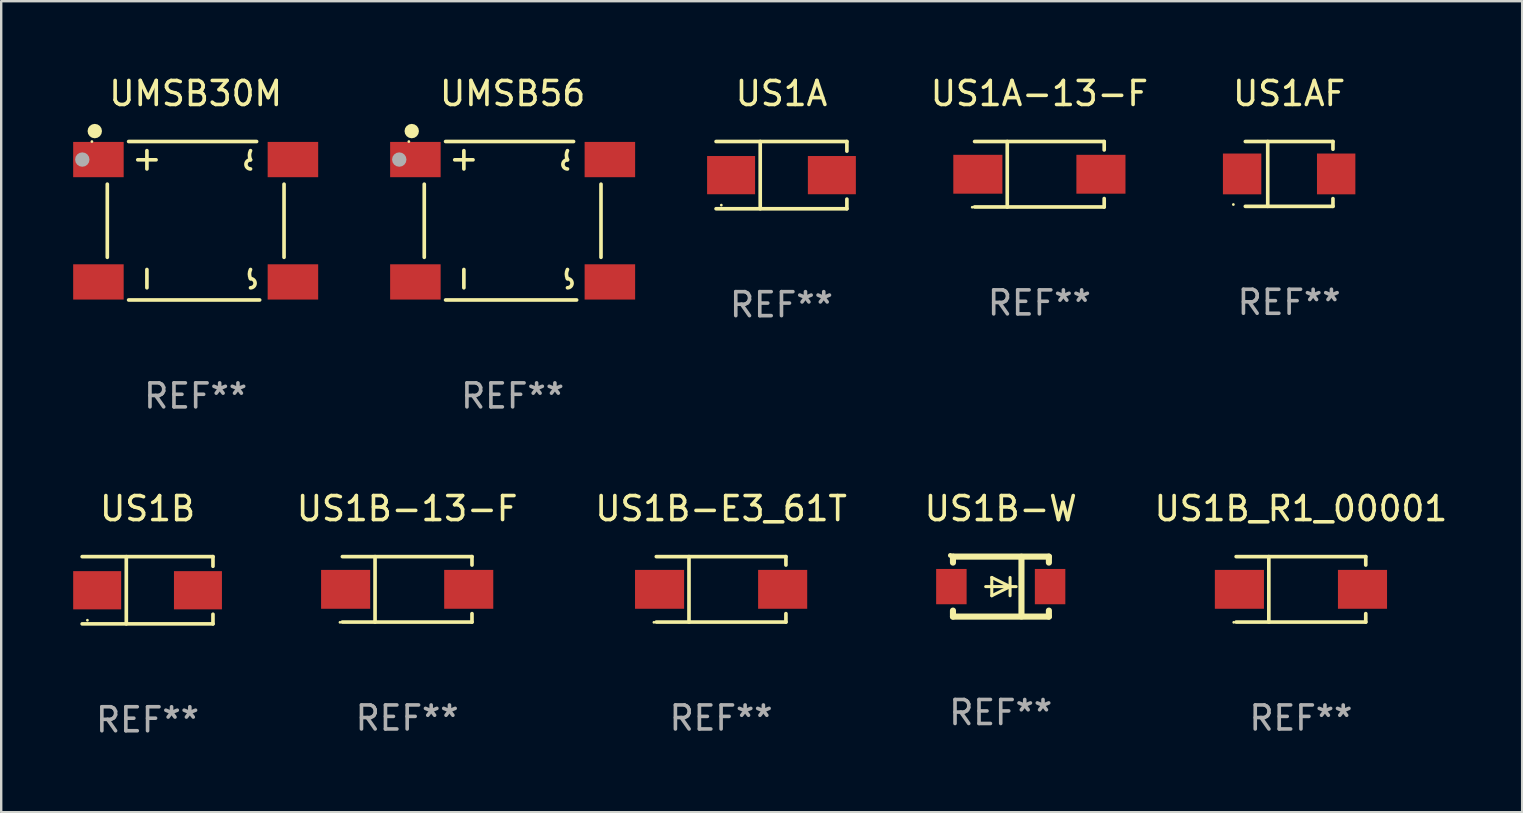
<source format=kicad_pcb>
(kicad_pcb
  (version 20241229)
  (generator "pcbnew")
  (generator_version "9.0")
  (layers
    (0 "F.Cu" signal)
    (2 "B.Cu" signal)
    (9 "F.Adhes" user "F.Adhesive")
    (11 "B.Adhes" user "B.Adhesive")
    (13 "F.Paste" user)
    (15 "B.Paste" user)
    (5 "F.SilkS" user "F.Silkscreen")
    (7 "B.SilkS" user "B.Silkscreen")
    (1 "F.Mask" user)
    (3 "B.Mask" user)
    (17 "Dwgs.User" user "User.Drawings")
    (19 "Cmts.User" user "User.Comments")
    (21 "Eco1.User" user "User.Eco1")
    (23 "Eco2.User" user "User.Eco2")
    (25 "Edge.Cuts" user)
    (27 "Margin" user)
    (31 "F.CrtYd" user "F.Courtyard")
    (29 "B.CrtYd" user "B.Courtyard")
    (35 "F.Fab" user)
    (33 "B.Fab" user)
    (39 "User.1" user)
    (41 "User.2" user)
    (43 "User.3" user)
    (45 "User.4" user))
  (footprint "US1A"
    (layer "F.Cu")
    (at 29.52 4.249)
    (property "Reference" "US1A" (at 0 -3.401 0) (layer "F.SilkS") (effects (font (size 1 1) (thickness 0.15))))
    (attr through_hole)
    (fp_line (start -2.726 -1.401) (end 2.726 -1.401) (stroke (width 0.152) (type solid)) (layer "F.SilkS"))
    (fp_line (start -2.726 1.401) (end 2.726 1.401) (stroke (width 0.152) (type solid)) (layer "F.SilkS"))
    (fp_line (start -0.886 -1.401) (end -0.886 1.401) (stroke (width 0.152) (type solid)) (layer "F.SilkS"))
    (fp_line (start 2.726 -1.401) (end 2.726 -1) (stroke (width 0.152) (type solid)) (layer "F.SilkS"))
    (fp_line (start 2.726 1.401) (end 2.726 1) (stroke (width 0.152) (type solid)) (layer "F.SilkS"))
    (fp_circle (center -2.507 1.25) (end -2.477 1.25) (stroke (width 0.06) (type solid)) (fill no) (layer "F.SilkS"))
    (fp_text user "REF**" (at 0 5.401 0) (layer "F.Fab") (effects (font (size 1 1) (thickness 0.15))))
    (pad "1" smd rect (at -2.1 0 180) (size 2 1.593) (layers "F.Cu" "F.Mask" "F.Paste"))
    (pad "2" smd rect (at 2.1 0 180) (size 2 1.593) (layers "F.Cu" "F.Mask" "F.Paste")))
  (footprint "US1A-13-F"
    (layer "F.Cu")
    (at 40.269 4.212)
    (property "Reference" "US1A-13-F" (at 0 -3.364 0) (layer "F.SilkS") (effects (font (size 1 1) (thickness 0.15))))
    (attr through_hole)
    (fp_line (start -2.701 -1.364) (end 2.701 -1.364) (stroke (width 0.152) (type solid)) (layer "F.SilkS"))
    (fp_line (start -2.701 1.364) (end 2.701 1.364) (stroke (width 0.152) (type solid)) (layer "F.SilkS"))
    (fp_line (start -1.339 -1.364) (end -1.339 1.364) (stroke (width 0.152) (type solid)) (layer "F.SilkS"))
    (fp_line (start 2.701 -1.364) (end 2.701 -1.013) (stroke (width 0.152) (type solid)) (layer "F.SilkS"))
    (fp_line (start 2.701 1.364) (end 2.701 1.013) (stroke (width 0.152) (type solid)) (layer "F.SilkS"))
    (fp_circle (center -2.8 1.375) (end -2.77 1.375) (stroke (width 0.06) (type solid)) (fill no) (layer "F.SilkS"))
    (fp_text user "REF**" (at 0 5.364 0) (layer "F.Fab") (effects (font (size 1 1) (thickness 0.15))))
    (pad "1" smd rect (at -2.565 -0.000025) (size 2.046 1.62) (layers "F.Cu" "F.Mask" "F.Paste"))
    (pad "2" smd rect (at 2.565 -0.000025) (size 2.046 1.62) (layers "F.Cu" "F.Mask" "F.Paste")))
  (footprint "US1B-E3_61T"
    (layer "F.Cu")
    (at 27.004 21.512)
    (property "Reference" "US1B-E3_61T" (at 0 -3.364 0) (layer "F.SilkS") (effects (font (size 1 1) (thickness 0.15))))
    (attr through_hole)
    (fp_line (start -2.701 -1.364) (end 2.701 -1.364) (stroke (width 0.152) (type solid)) (layer "F.SilkS"))
    (fp_line (start -2.701 1.364) (end 2.701 1.364) (stroke (width 0.152) (type solid)) (layer "F.SilkS"))
    (fp_line (start -1.339 -1.364) (end -1.339 1.364) (stroke (width 0.152) (type solid)) (layer "F.SilkS"))
    (fp_line (start 2.701 -1.364) (end 2.701 -1.013) (stroke (width 0.152) (type solid)) (layer "F.SilkS"))
    (fp_line (start 2.701 1.364) (end 2.701 1.013) (stroke (width 0.152) (type solid)) (layer "F.SilkS"))
    (fp_circle (center -2.8 1.375) (end -2.77 1.375) (stroke (width 0.06) (type solid)) (fill no) (layer "F.SilkS"))
    (fp_text user "REF**" (at 0 5.364 0) (layer "F.Fab") (effects (font (size 1 1) (thickness 0.15))))
    (pad "1" smd rect (at -2.565 -0.000025) (size 2.046 1.62) (layers "F.Cu" "F.Mask" "F.Paste"))
    (pad "2" smd rect (at 2.565 -0.000025) (size 2.046 1.62) (layers "F.Cu" "F.Mask" "F.Paste")))
  (footprint "US1AF"
    (layer "F.Cu")
    (at 50.678 4.199)
    (property "Reference" "US1AF" (at 0 -3.351 0) (layer "F.SilkS") (effects (font (size 1 1) (thickness 0.15))))
    (attr through_hole)
    (fp_line (start -1.826 -1.351) (end 1.826 -1.351) (stroke (width 0.152) (type solid)) (layer "F.SilkS"))
    (fp_line (start -1.826 1.351) (end 1.826 1.351) (stroke (width 0.152) (type solid)) (layer "F.SilkS"))
    (fp_line (start -0.892 -1.351) (end -0.892 1.351) (stroke (width 0.152) (type solid)) (layer "F.SilkS"))
    (fp_line (start 1.826 -1.351) (end 1.826 -1.03) (stroke (width 0.152) (type solid)) (layer "F.SilkS"))
    (fp_line (start 1.826 1.03) (end 1.826 1.351) (stroke (width 0.152) (type solid)) (layer "F.SilkS"))
    (fp_circle (center -2.325 1.275) (end -2.295 1.275) (stroke (width 0.06) (type solid)) (fill no) (layer "F.SilkS"))
    (fp_text user "REF**" (at 0 5.351 0) (layer "F.Fab") (effects (font (size 1 1) (thickness 0.15))))
    (pad "1" smd rect (at -1.96 0 180) (size 1.6 1.7) (layers "F.Cu" "F.Mask" "F.Paste"))
    (pad "2" smd rect (at 1.96 0 180) (size 1.6 1.7) (layers "F.Cu" "F.Mask" "F.Paste")))
  (footprint "UMSB56"
    (layer "F.Cu")
    (at 18.315 6.15)
    (property "Reference" "UMSB56" (at 0 -5.302 0) (layer "F.SilkS") (effects (font (size 1 1) (thickness 0.15))))
    (attr through_hole)
    (fp_line (start -3.683 -1.524) (end -3.683 1.524) (stroke (width 0.152) (type solid)) (layer "F.SilkS"))
    (fp_line (start -2.794 -3.302) (end 2.54 -3.302) (stroke (width 0.152) (type solid)) (layer "F.SilkS"))
    (fp_line (start -2.794 3.302) (end 2.667 3.302) (stroke (width 0.152) (type solid)) (layer "F.SilkS"))
    (fp_line (start -2.413 -2.54) (end -1.651 -2.54) (stroke (width 0.152) (type solid)) (layer "F.SilkS"))
    (fp_line (start -2.032 -2.921) (end -2.032 -2.159) (stroke (width 0.152) (type solid)) (layer "F.SilkS"))
    (fp_line (start -2.032 2.032) (end -2.032 2.794) (stroke (width 0.152) (type solid)) (layer "F.SilkS"))
    (fp_line (start 3.683 -1.524) (end 3.683 1.524) (stroke (width 0.152) (type solid)) (layer "F.SilkS"))
    (fp_arc (start 2.286004 -2.540006) (mid 2.241034 -2.730506) (end 2.286005 -2.921006) (stroke (width 0.151994) (type solid)) (layer "F.SilkS"))
    (fp_arc (start 2.286005 -2.159004) (mid 2.095504 -2.349505) (end 2.286005 -2.540006) (stroke (width 0.151994) (type solid)) (layer "F.SilkS"))
    (fp_arc (start 2.286005 2.413004) (mid 2.241034 2.222504) (end 2.286005 2.032004) (stroke (width 0.151994) (type solid)) (layer "F.SilkS"))
    (fp_arc (start 2.286005 2.413004) (mid 2.476506 2.603505) (end 2.286005 2.794006) (stroke (width 0.151994) (type solid)) (layer "F.SilkS"))
    (fp_circle (center -4.325 -3.3) (end -4.295 -3.3) (stroke (width 0.06) (type solid)) (fill no) (layer "F.SilkS"))
    (fp_circle (center -4.205 -3.737) (end -4.055 -3.737) (stroke (width 0.3) (type solid)) (fill no) (layer "F.SilkS"))
    (fp_circle (center -4.725 -2.55) (end -4.575 -2.55) (stroke (width 0.3) (type solid)) (fill no) (layer "F.Fab"))
    (fp_text user "REF**" (at 0 7.302 0) (layer "F.Fab") (effects (font (size 1 1) (thickness 0.15))))
    (pad "1" smd rect (at -4.053 -2.55) (size 2.105 1.47) (layers "F.Cu" "F.Mask" "F.Paste"))
    (pad "2" smd rect (at -4.053 2.55) (size 2.105 1.47) (layers "F.Cu" "F.Mask" "F.Paste"))
    (pad "3" smd rect (at 4.053 2.55) (size 2.105 1.47) (layers "F.Cu" "F.Mask" "F.Paste"))
    (pad "4" smd rect (at 4.053 -2.55) (size 2.105 1.47) (layers "F.Cu" "F.Mask" "F.Paste")))
  (footprint "US1B_R1_00001"
    (layer "F.Cu")
    (at 51.17 21.512)
    (property "Reference" "US1B_R1_00001" (at 0 -3.364 0) (layer "F.SilkS") (effects (font (size 1 1) (thickness 0.15))))
    (attr through_hole)
    (fp_line (start -2.701 -1.364) (end 2.701 -1.364) (stroke (width 0.152) (type solid)) (layer "F.SilkS"))
    (fp_line (start -2.701 1.364) (end 2.701 1.364) (stroke (width 0.152) (type solid)) (layer "F.SilkS"))
    (fp_line (start -1.339 -1.364) (end -1.339 1.364) (stroke (width 0.152) (type solid)) (layer "F.SilkS"))
    (fp_line (start 2.701 -1.364) (end 2.701 -1.013) (stroke (width 0.152) (type solid)) (layer "F.SilkS"))
    (fp_line (start 2.701 1.364) (end 2.701 1.013) (stroke (width 0.152) (type solid)) (layer "F.SilkS"))
    (fp_circle (center -2.8 1.375) (end -2.77 1.375) (stroke (width 0.06) (type solid)) (fill no) (layer "F.SilkS"))
    (fp_text user "REF**" (at 0 5.364 0) (layer "F.Fab") (effects (font (size 1 1) (thickness 0.15))))
    (pad "1" smd rect (at -2.565 -0.000025) (size 2.046 1.62) (layers "F.Cu" "F.Mask" "F.Paste"))
    (pad "2" smd rect (at 2.565 -0.000025) (size 2.046 1.62) (layers "F.Cu" "F.Mask" "F.Paste")))
  (footprint "UMSB30M"
    (layer "F.Cu")
    (at 5.105 6.15)
    (property "Reference" "UMSB30M" (at 0 -5.302 0) (layer "F.SilkS") (effects (font (size 1 1) (thickness 0.15))))
    (attr through_hole)
    (fp_line (start -3.683 -1.524) (end -3.683 1.524) (stroke (width 0.152) (type solid)) (layer "F.SilkS"))
    (fp_line (start -2.794 -3.302) (end 2.54 -3.302) (stroke (width 0.152) (type solid)) (layer "F.SilkS"))
    (fp_line (start -2.794 3.302) (end 2.667 3.302) (stroke (width 0.152) (type solid)) (layer "F.SilkS"))
    (fp_line (start -2.413 -2.54) (end -1.651 -2.54) (stroke (width 0.152) (type solid)) (layer "F.SilkS"))
    (fp_line (start -2.032 -2.921) (end -2.032 -2.159) (stroke (width 0.152) (type solid)) (layer "F.SilkS"))
    (fp_line (start -2.032 2.032) (end -2.032 2.794) (stroke (width 0.152) (type solid)) (layer "F.SilkS"))
    (fp_line (start 3.683 -1.524) (end 3.683 1.524) (stroke (width 0.152) (type solid)) (layer "F.SilkS"))
    (fp_arc (start 2.286004 -2.540006) (mid 2.241034 -2.730506) (end 2.286005 -2.921006) (stroke (width 0.151994) (type solid)) (layer "F.SilkS"))
    (fp_arc (start 2.286005 -2.159004) (mid 2.095504 -2.349505) (end 2.286005 -2.540006) (stroke (width 0.151994) (type solid)) (layer "F.SilkS"))
    (fp_arc (start 2.286005 2.413004) (mid 2.241034 2.222504) (end 2.286005 2.032004) (stroke (width 0.151994) (type solid)) (layer "F.SilkS"))
    (fp_arc (start 2.286005 2.413004) (mid 2.476506 2.603505) (end 2.286005 2.794006) (stroke (width 0.151994) (type solid)) (layer "F.SilkS"))
    (fp_circle (center -4.325 -3.3) (end -4.295 -3.3) (stroke (width 0.06) (type solid)) (fill no) (layer "F.SilkS"))
    (fp_circle (center -4.205 -3.737) (end -4.055 -3.737) (stroke (width 0.3) (type solid)) (fill no) (layer "F.SilkS"))
    (fp_circle (center -4.725 -2.55) (end -4.575 -2.55) (stroke (width 0.3) (type solid)) (fill no) (layer "F.Fab"))
    (fp_text user "REF**" (at 0 7.302 0) (layer "F.Fab") (effects (font (size 1 1) (thickness 0.15))))
    (pad "1" smd rect (at -4.053 -2.55) (size 2.105 1.47) (layers "F.Cu" "F.Mask" "F.Paste"))
    (pad "2" smd rect (at -4.053 2.55) (size 2.105 1.47) (layers "F.Cu" "F.Mask" "F.Paste"))
    (pad "3" smd rect (at 4.053 2.55) (size 2.105 1.47) (layers "F.Cu" "F.Mask" "F.Paste"))
    (pad "4" smd rect (at 4.053 -2.55) (size 2.105 1.47) (layers "F.Cu" "F.Mask" "F.Paste")))
  (footprint "US1B"
    (layer "F.Cu")
    (at 3.1 21.55)
    (property "Reference" "US1B" (at 0 -3.401 0) (layer "F.SilkS") (effects (font (size 1 1) (thickness 0.15))))
    (attr through_hole)
    (fp_line (start -2.726 -1.401) (end 2.726 -1.401) (stroke (width 0.152) (type solid)) (layer "F.SilkS"))
    (fp_line (start -2.726 1.401) (end 2.726 1.401) (stroke (width 0.152) (type solid)) (layer "F.SilkS"))
    (fp_line (start -0.886 -1.401) (end -0.886 1.401) (stroke (width 0.152) (type solid)) (layer "F.SilkS"))
    (fp_line (start 2.726 -1.401) (end 2.726 -1) (stroke (width 0.152) (type solid)) (layer "F.SilkS"))
    (fp_line (start 2.726 1.401) (end 2.726 1) (stroke (width 0.152) (type solid)) (layer "F.SilkS"))
    (fp_circle (center -2.507 1.25) (end -2.477 1.25) (stroke (width 0.06) (type solid)) (fill no) (layer "F.SilkS"))
    (fp_text user "REF**" (at 0 5.401 0) (layer "F.Fab") (effects (font (size 1 1) (thickness 0.15))))
    (pad "1" smd rect (at -2.1 0 180) (size 2 1.593) (layers "F.Cu" "F.Mask" "F.Paste"))
    (pad "2" smd rect (at 2.1 0 180) (size 2 1.593) (layers "F.Cu" "F.Mask" "F.Paste")))
  (footprint "US1B-13-F"
    (layer "F.Cu")
    (at 13.92 21.512)
    (property "Reference" "US1B-13-F" (at 0 -3.364 0) (layer "F.SilkS") (effects (font (size 1 1) (thickness 0.15))))
    (attr through_hole)
    (fp_line (start -2.701 -1.364) (end 2.701 -1.364) (stroke (width 0.152) (type solid)) (layer "F.SilkS"))
    (fp_line (start -2.701 1.364) (end 2.701 1.364) (stroke (width 0.152) (type solid)) (layer "F.SilkS"))
    (fp_line (start -1.339 -1.364) (end -1.339 1.364) (stroke (width 0.152) (type solid)) (layer "F.SilkS"))
    (fp_line (start 2.701 -1.364) (end 2.701 -1.013) (stroke (width 0.152) (type solid)) (layer "F.SilkS"))
    (fp_line (start 2.701 1.364) (end 2.701 1.013) (stroke (width 0.152) (type solid)) (layer "F.SilkS"))
    (fp_circle (center -2.8 1.375) (end -2.77 1.375) (stroke (width 0.06) (type solid)) (fill no) (layer "F.SilkS"))
    (fp_text user "REF**" (at 0 5.364 0) (layer "F.Fab") (effects (font (size 1 1) (thickness 0.15))))
    (pad "1" smd rect (at -2.565 -0.000025) (size 2.046 1.62) (layers "F.Cu" "F.Mask" "F.Paste"))
    (pad "2" smd rect (at 2.565 -0.000025) (size 2.046 1.62) (layers "F.Cu" "F.Mask" "F.Paste")))
  (footprint "US1B-W"
    (layer "F.Cu")
    (at 38.658 21.398)
    (property "Reference" "US1B-W" (at 0 -3.25 0) (layer "F.SilkS") (effects (font (size 1 1) (thickness 0.15))))
    (attr through_hole)
    (fp_line (start -1.991 -1.25) (end 2.007 -1.25) (stroke (width 0.254) (type solid)) (layer "F.SilkS"))
    (fp_line (start -1.991 -1) (end -1.991 -1.25) (stroke (width 0.254) (type solid)) (layer "F.SilkS"))
    (fp_line (start -1.991 1.25) (end -1.991 1) (stroke (width 0.254) (type solid)) (layer "F.SilkS"))
    (fp_line (start -0.627 0) (end 0.643 0) (stroke (width 0.127) (type solid)) (layer "F.SilkS"))
    (fp_line (start -0.373 -0.381) (end 0.389 0) (stroke (width 0.127) (type solid)) (layer "F.SilkS"))
    (fp_line (start -0.373 0) (end -0.373 -0.381) (stroke (width 0.127) (type solid)) (layer "F.SilkS"))
    (fp_line (start -0.373 0) (end -0.373 0.381) (stroke (width 0.127) (type solid)) (layer "F.SilkS"))
    (fp_line (start -0.373 0.381) (end 0.389 0) (stroke (width 0.127) (type solid)) (layer "F.SilkS"))
    (fp_line (start 0.389 0) (end 0.389 -0.381) (stroke (width 0.127) (type solid)) (layer "F.SilkS"))
    (fp_line (start 0.389 0) (end 0.389 0.381) (stroke (width 0.127) (type solid)) (layer "F.SilkS"))
    (fp_line (start 0.864 -1.245) (end 0.864 1.245) (stroke (width 0.254) (type solid)) (layer "F.SilkS"))
    (fp_line (start 2.007 -1) (end 2.007 -1.25) (stroke (width 0.254) (type solid)) (layer "F.SilkS"))
    (fp_line (start 2.007 1.25) (end -1.991 1.25) (stroke (width 0.254) (type solid)) (layer "F.SilkS"))
    (fp_line (start 2.007 1.25) (end 2.007 1) (stroke (width 0.254) (type solid)) (layer "F.SilkS"))
    (fp_circle (center -2.1 -1.3) (end -2.05 -1.3) (stroke (width 0.1) (type solid)) (fill no) (layer "F.SilkS"))
    (fp_text user "REF**" (at 0 5.25 0) (layer "F.Fab") (effects (font (size 1 1) (thickness 0.15))))
    (pad "1" smd rect (at -2.057 0) (size 1.27 1.471) (layers "F.Cu" "F.Mask" "F.Paste"))
    (pad "2" smd rect (at 2.057 0) (size 1.27 1.471) (layers "F.Cu" "F.Mask" "F.Paste")))
  (gr_rect
    (start -3 -3)
    (end 60.39 30.799)
    (stroke (width 0.1) (type default))
    (fill no)
    (layer "Edge.Cuts")))
</source>
